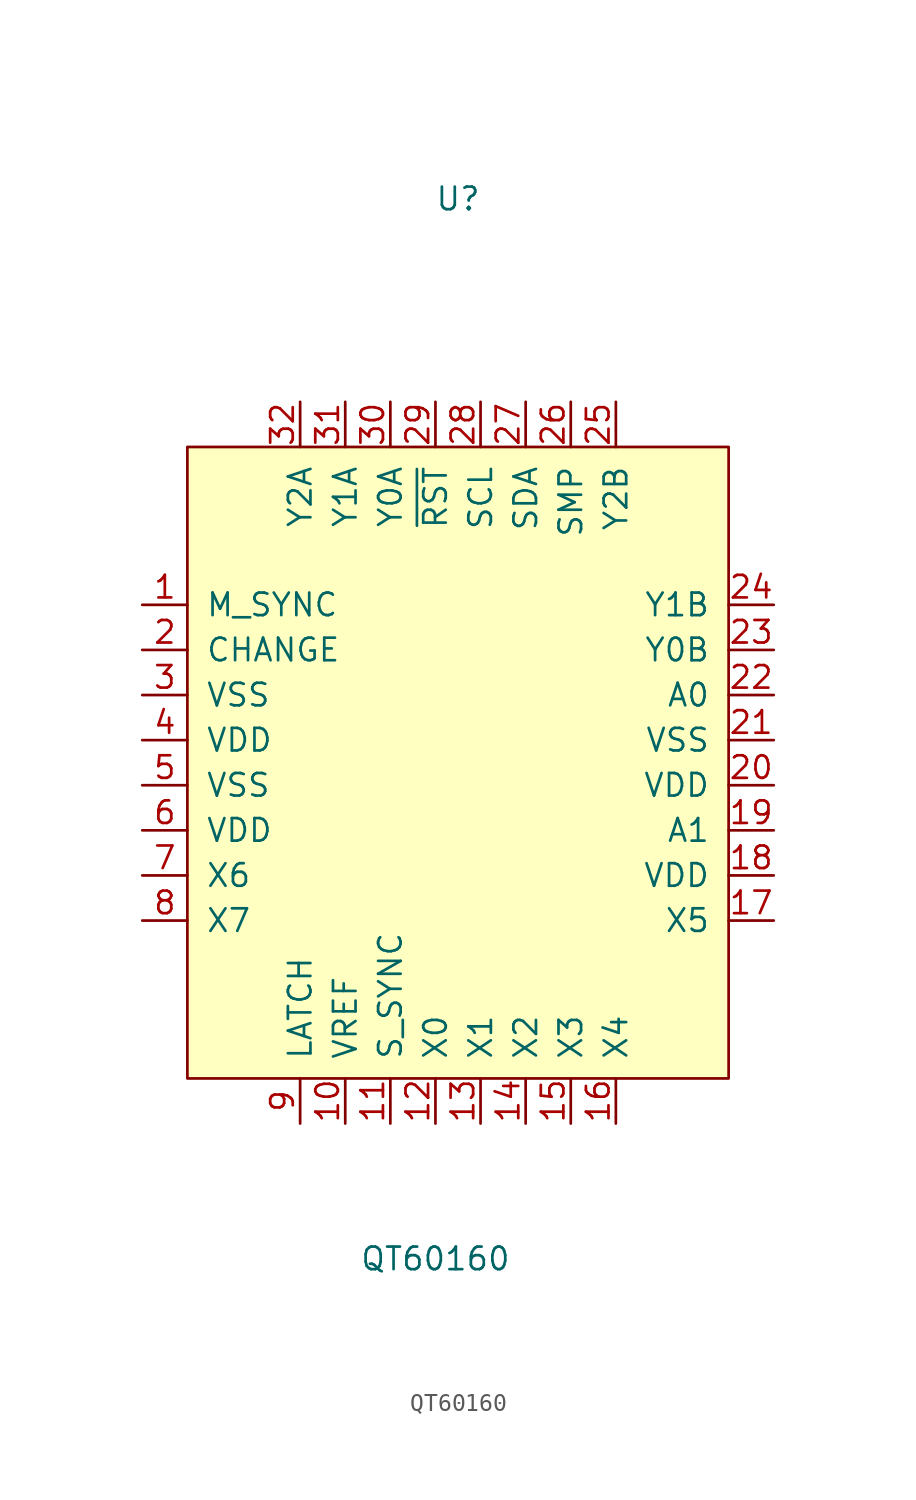
<source format=kicad_sym>
(kicad_symbol_lib
  (version 20201005)
  (generator kicad_symbol_editor)
  (symbol "QT60160"
    (pin_names
      (offset 1.016))
    (property "Reference" "U"
      (at 0 31.75 0)
      (effects (font (size 1.27 1.27))))
    (property "Value" "QT60160"
      (at -1.27 -27.94 0)
      (effects (font (size 1.27 1.27))))
    (symbol "QT60160_0_1"
      (rectangle (start -15.24 17.78) (end 15.24 -17.78) (stroke (width 0)) (fill (type background))))
    (symbol "QT60160_1_1"
      (pin input line (at -17.78 8.89 0) (length 2.54) (name "M_SYNC" (effects (font (size 1.27 1.27)))) (number "1" (effects (font (size 1.27 1.27)))))
      (pin input line (at -6.35 -20.32 90) (length 2.54) (name "VREF" (effects (font (size 1.27 1.27)))) (number "10" (effects (font (size 1.27 1.27)))))
      (pin output line (at -3.81 -20.32 90) (length 2.54) (name "S_SYNC" (effects (font (size 1.27 1.27)))) (number "11" (effects (font (size 1.27 1.27)))))
      (pin output line (at -1.27 -20.32 90) (length 2.54) (name "X0" (effects (font (size 1.27 1.27)))) (number "12" (effects (font (size 1.27 1.27)))))
      (pin output line (at 1.27 -20.32 90) (length 2.54) (name "X1" (effects (font (size 1.27 1.27)))) (number "13" (effects (font (size 1.27 1.27)))))
      (pin output line (at 3.81 -20.32 90) (length 2.54) (name "X2" (effects (font (size 1.27 1.27)))) (number "14" (effects (font (size 1.27 1.27)))))
      (pin output line (at 6.35 -20.32 90) (length 2.54) (name "X3" (effects (font (size 1.27 1.27)))) (number "15" (effects (font (size 1.27 1.27)))))
      (pin output line (at 8.89 -20.32 90) (length 2.54) (name "X4" (effects (font (size 1.27 1.27)))) (number "16" (effects (font (size 1.27 1.27)))))
      (pin output line (at 17.78 -8.89 180) (length 2.54) (name "X5" (effects (font (size 1.27 1.27)))) (number "17" (effects (font (size 1.27 1.27)))))
      (pin power_in line (at 17.78 -6.35 180) (length 2.54) (name "VDD" (effects (font (size 1.27 1.27)))) (number "18" (effects (font (size 1.27 1.27)))))
      (pin input line (at 17.78 -3.81 180) (length 2.54) (name "A1" (effects (font (size 1.27 1.27)))) (number "19" (effects (font (size 1.27 1.27)))))
      (pin output line (at -17.78 6.35 0) (length 2.54) (name "CHANGE" (effects (font (size 1.27 1.27)))) (number "2" (effects (font (size 1.27 1.27)))))
      (pin power_in line (at 17.78 -1.27 180) (length 2.54) (name "VDD" (effects (font (size 1.27 1.27)))) (number "20" (effects (font (size 1.27 1.27)))))
      (pin power_in line (at 17.78 1.27 180) (length 2.54) (name "VSS" (effects (font (size 1.27 1.27)))) (number "21" (effects (font (size 1.27 1.27)))))
      (pin input line (at 17.78 3.81 180) (length 2.54) (name "A0" (effects (font (size 1.27 1.27)))) (number "22" (effects (font (size 1.27 1.27)))))
      (pin input line (at 17.78 6.35 180) (length 2.54) (name "Y0B" (effects (font (size 1.27 1.27)))) (number "23" (effects (font (size 1.27 1.27)))))
      (pin input line (at 17.78 8.89 180) (length 2.54) (name "Y1B" (effects (font (size 1.27 1.27)))) (number "24" (effects (font (size 1.27 1.27)))))
      (pin input line (at 8.89 20.32 270) (length 2.54) (name "Y2B" (effects (font (size 1.27 1.27)))) (number "25" (effects (font (size 1.27 1.27)))))
      (pin output line (at 6.35 20.32 270) (length 2.54) (name "SMP" (effects (font (size 1.27 1.27)))) (number "26" (effects (font (size 1.27 1.27)))))
      (pin bidirectional line (at 3.81 20.32 270) (length 2.54) (name "SDA" (effects (font (size 1.27 1.27)))) (number "27" (effects (font (size 1.27 1.27)))))
      (pin bidirectional line (at 1.27 20.32 270) (length 2.54) (name "SCL" (effects (font (size 1.27 1.27)))) (number "28" (effects (font (size 1.27 1.27)))))
      (pin input line (at -1.27 20.32 270) (length 2.54) (name "~RST" (effects (font (size 1.27 1.27)))) (number "29" (effects (font (size 1.27 1.27)))))
      (pin power_in line (at -17.78 3.81 0) (length 2.54) (name "VSS" (effects (font (size 1.27 1.27)))) (number "3" (effects (font (size 1.27 1.27)))))
      (pin input line (at -3.81 20.32 270) (length 2.54) (name "Y0A" (effects (font (size 1.27 1.27)))) (number "30" (effects (font (size 1.27 1.27)))))
      (pin input line (at -6.35 20.32 270) (length 2.54) (name "Y1A" (effects (font (size 1.27 1.27)))) (number "31" (effects (font (size 1.27 1.27)))))
      (pin input line (at -8.89 20.32 270) (length 2.54) (name "Y2A" (effects (font (size 1.27 1.27)))) (number "32" (effects (font (size 1.27 1.27)))))
      (pin power_in line (at -17.78 1.27 0) (length 2.54) (name "VDD" (effects (font (size 1.27 1.27)))) (number "4" (effects (font (size 1.27 1.27)))))
      (pin power_in line (at -17.78 -1.27 0) (length 2.54) (name "VSS" (effects (font (size 1.27 1.27)))) (number "5" (effects (font (size 1.27 1.27)))))
      (pin power_in line (at -17.78 -3.81 0) (length 2.54) (name "VDD" (effects (font (size 1.27 1.27)))) (number "6" (effects (font (size 1.27 1.27)))))
      (pin output line (at -17.78 -6.35 0) (length 2.54) (name "X6" (effects (font (size 1.27 1.27)))) (number "7" (effects (font (size 1.27 1.27)))))
      (pin output line (at -17.78 -8.89 0) (length 2.54) (name "X7" (effects (font (size 1.27 1.27)))) (number "8" (effects (font (size 1.27 1.27)))))
      (pin output line (at -8.89 -20.32 90) (length 2.54) (name "LATCH" (effects (font (size 1.27 1.27)))) (number "9" (effects (font (size 1.27 1.27))))))))
</source>
